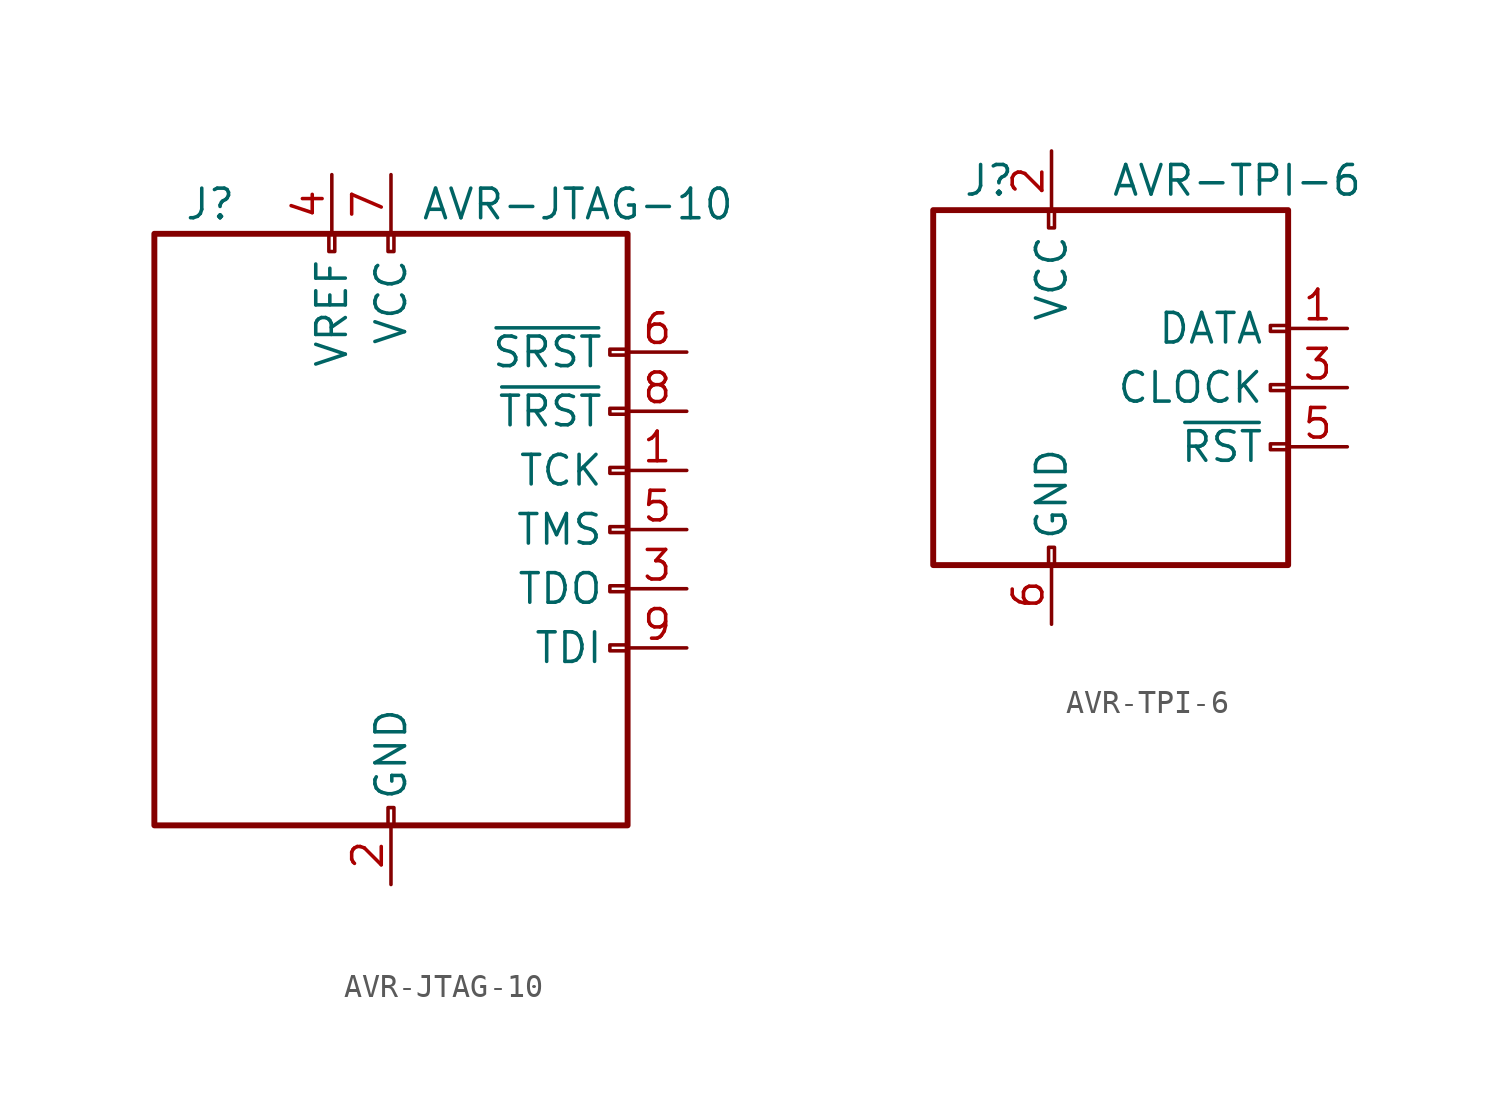
<source format=kicad_sym>
(kicad_symbol_lib
  (version 20211014)
  (generator kicad_symbol_editor)
  (symbol "AVR-JTAG-10"
    (pin_names
      (offset 1.016))
    (property "Reference" "J"
      (at -8.89 13.97 0)
      (effects (font (size 1.27 1.27)) (justify left)))
    (property "Value" "AVR-JTAG-10"
      (at 1.27 13.97 0)
      (effects (font (size 1.27 1.27)) (justify left)))
    (symbol "AVR-JTAG-10_0_1"
      (rectangle (start -2.667 12.7) (end -2.413 11.938) (stroke (width 0) (type default) (color 0 0 0 0)) (fill (type none)))
      (rectangle (start -0.127 -11.938) (end 0.127 -12.7) (stroke (width 0) (type default) (color 0 0 0 0)) (fill (type none)))
      (rectangle (start -0.127 12.7) (end 0.127 11.938) (stroke (width 0) (type default) (color 0 0 0 0)) (fill (type none)))
      (rectangle (start 10.16 -4.953) (end 9.398 -5.207) (stroke (width 0) (type default) (color 0 0 0 0)) (fill (type none)))
      (rectangle (start 10.16 -2.413) (end 9.398 -2.667) (stroke (width 0) (type default) (color 0 0 0 0)) (fill (type none)))
      (rectangle (start 10.16 0.127) (end 9.398 -0.127) (stroke (width 0) (type default) (color 0 0 0 0)) (fill (type none)))
      (rectangle (start 10.16 2.667) (end 9.398 2.413) (stroke (width 0) (type default) (color 0 0 0 0)) (fill (type none)))
      (rectangle (start 10.16 5.207) (end 9.398 4.953) (stroke (width 0) (type default) (color 0 0 0 0)) (fill (type none)))
      (rectangle (start 10.16 7.747) (end 9.398 7.493) (stroke (width 0) (type default) (color 0 0 0 0)) (fill (type none)))
      (rectangle (start 10.16 12.7) (end -10.16 -12.7) (stroke (width 0.254) (type default) (color 0 0 0 0)) (fill (type none))))
    (symbol "AVR-JTAG-10_1_1"
      (pin passive line (at 12.7 2.54 180) (length 2.54) (name "TCK" (effects (font (size 1.27 1.27)))) (number "1" (effects (font (size 1.27 1.27)))))
      (pin passive line (at 0 -15.24 90) (length 2.54) hide (name "GND" (effects (font (size 1.27 1.27)))) (number "10" (effects (font (size 1.27 1.27)))))
      (pin passive line (at 0 -15.24 90) (length 2.54) (name "GND" (effects (font (size 1.27 1.27)))) (number "2" (effects (font (size 1.27 1.27)))))
      (pin passive line (at 12.7 -2.54 180) (length 2.54) (name "TDO" (effects (font (size 1.27 1.27)))) (number "3" (effects (font (size 1.27 1.27)))))
      (pin passive line (at -2.54 15.24 270) (length 2.54) (name "VREF" (effects (font (size 1.27 1.27)))) (number "4" (effects (font (size 1.27 1.27)))))
      (pin passive line (at 12.7 0 180) (length 2.54) (name "TMS" (effects (font (size 1.27 1.27)))) (number "5" (effects (font (size 1.27 1.27)))))
      (pin passive line (at 12.7 7.62 180) (length 2.54) (name "~{SRST}" (effects (font (size 1.27 1.27)))) (number "6" (effects (font (size 1.27 1.27)))))
      (pin passive line (at 0 15.24 270) (length 2.54) (name "VCC" (effects (font (size 1.27 1.27)))) (number "7" (effects (font (size 1.27 1.27)))))
      (pin passive line (at 12.7 5.08 180) (length 2.54) (name "~{TRST}" (effects (font (size 1.27 1.27)))) (number "8" (effects (font (size 1.27 1.27)))))
      (pin passive line (at 12.7 -5.08 180) (length 2.54) (name "TDI" (effects (font (size 1.27 1.27)))) (number "9" (effects (font (size 1.27 1.27)))))))
  (symbol "AVR-TPI-6"
    (pin_names
      (offset 1.016))
    (property "Reference" "J"
      (at -6.35 8.89 0)
      (effects (font (size 1.27 1.27)) (justify left)))
    (property "Value" "AVR-TPI-6"
      (at 0 8.89 0)
      (effects (font (size 1.27 1.27)) (justify left)))
    (symbol "AVR-TPI-6_0_1"
      (rectangle (start -2.667 -6.858) (end -2.413 -7.62) (stroke (width 0) (type default) (color 0 0 0 0)) (fill (type none)))
      (rectangle (start -2.667 7.62) (end -2.413 6.858) (stroke (width 0) (type default) (color 0 0 0 0)) (fill (type none)))
      (rectangle (start 7.62 -2.413) (end 6.858 -2.667) (stroke (width 0) (type default) (color 0 0 0 0)) (fill (type none)))
      (rectangle (start 7.62 0.127) (end 6.858 -0.127) (stroke (width 0) (type default) (color 0 0 0 0)) (fill (type none)))
      (rectangle (start 7.62 2.667) (end 6.858 2.413) (stroke (width 0) (type default) (color 0 0 0 0)) (fill (type none)))
      (rectangle (start 7.62 7.62) (end -7.62 -7.62) (stroke (width 0.254) (type default) (color 0 0 0 0)) (fill (type none))))
    (symbol "AVR-TPI-6_1_1"
      (pin passive line (at 10.16 2.54 180) (length 2.54) (name "DATA" (effects (font (size 1.27 1.27)))) (number "1" (effects (font (size 1.27 1.27)))))
      (pin passive line (at -2.54 10.16 270) (length 2.54) (name "VCC" (effects (font (size 1.27 1.27)))) (number "2" (effects (font (size 1.27 1.27)))))
      (pin passive line (at 10.16 0 180) (length 2.54) (name "CLOCK" (effects (font (size 1.27 1.27)))) (number "3" (effects (font (size 1.27 1.27)))))
      (pin no_connect line (at 7.62 -5.08 180) (length 2.54) hide (name "NC" (effects (font (size 1.27 1.27)))) (number "4" (effects (font (size 1.27 1.27)))))
      (pin passive line (at 10.16 -2.54 180) (length 2.54) (name "~{RST}" (effects (font (size 1.27 1.27)))) (number "5" (effects (font (size 1.27 1.27)))))
      (pin passive line (at -2.54 -10.16 90) (length 2.54) (name "GND" (effects (font (size 1.27 1.27)))) (number "6" (effects (font (size 1.27 1.27))))))))
</source>
